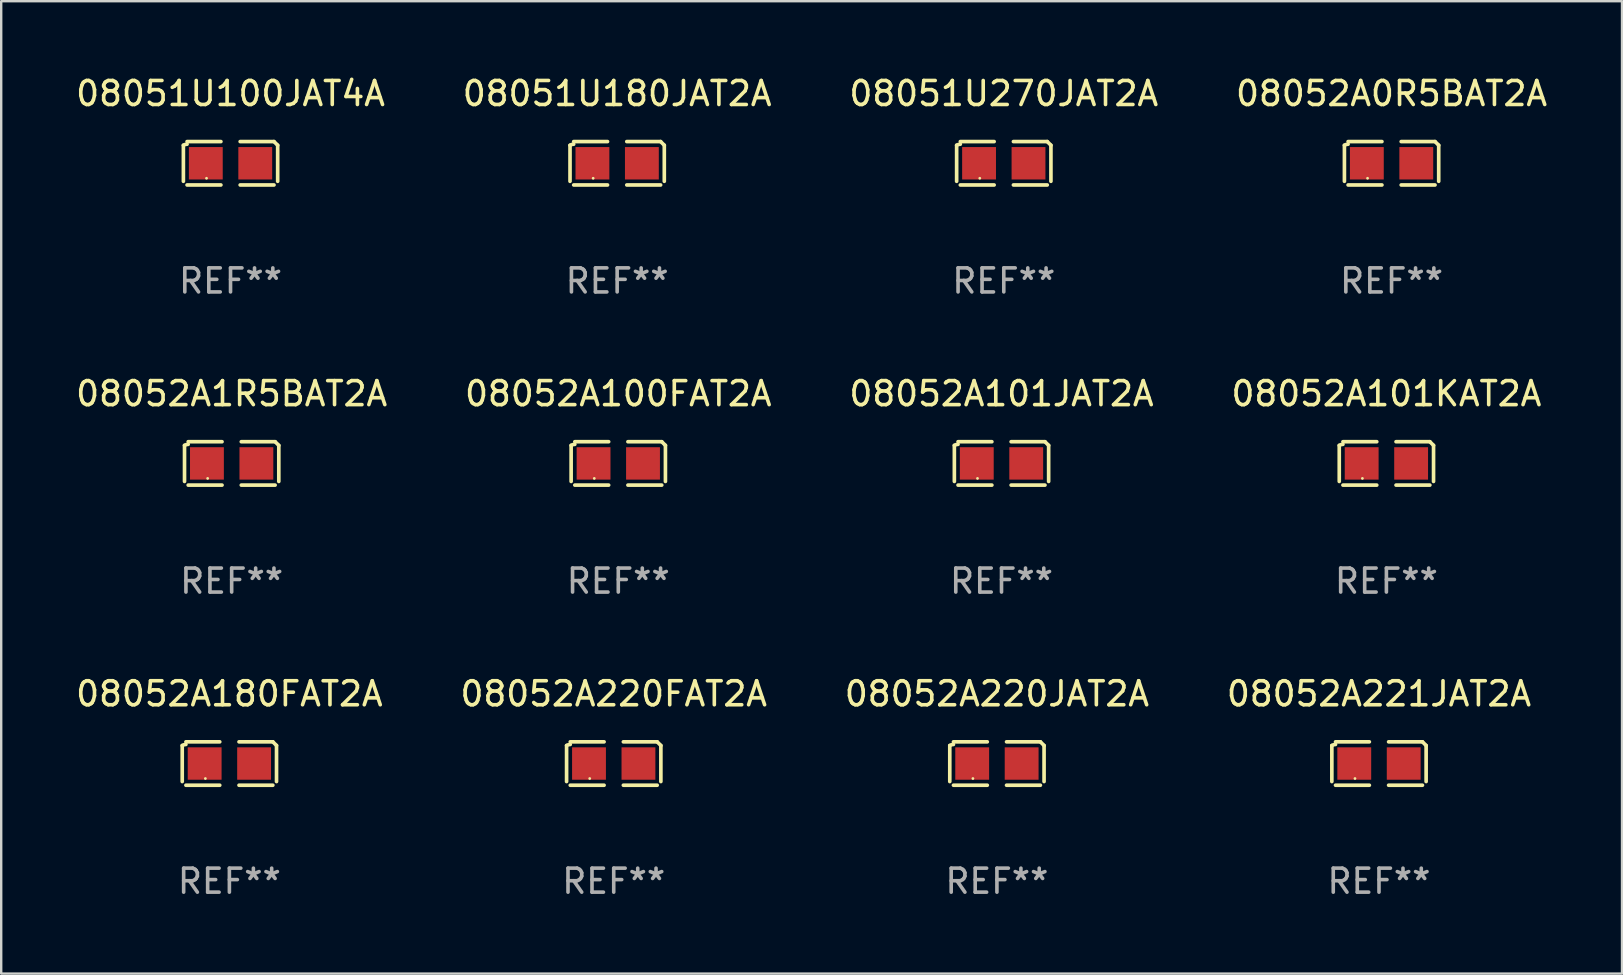
<source format=kicad_pcb>
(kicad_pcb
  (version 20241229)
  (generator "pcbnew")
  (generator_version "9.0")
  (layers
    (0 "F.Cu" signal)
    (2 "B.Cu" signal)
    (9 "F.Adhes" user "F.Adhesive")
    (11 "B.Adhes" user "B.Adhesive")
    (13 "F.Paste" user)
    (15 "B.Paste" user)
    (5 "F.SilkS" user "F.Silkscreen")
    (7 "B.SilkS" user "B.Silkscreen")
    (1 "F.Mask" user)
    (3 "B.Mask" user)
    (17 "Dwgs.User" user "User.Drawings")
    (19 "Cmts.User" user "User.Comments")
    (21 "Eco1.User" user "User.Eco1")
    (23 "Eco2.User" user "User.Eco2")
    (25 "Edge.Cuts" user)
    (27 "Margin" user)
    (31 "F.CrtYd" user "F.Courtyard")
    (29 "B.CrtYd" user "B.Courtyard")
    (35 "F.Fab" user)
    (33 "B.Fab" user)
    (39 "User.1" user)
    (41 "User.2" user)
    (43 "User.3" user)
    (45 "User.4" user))
  (footprint "08052A220FAT2A"
    (layer "F.Cu")
    (at 22.518 28.759)
    (property "Reference" "08052A220FAT2A" (at 0 -2.904 0) (layer "F.SilkS") (effects (font (size 1 1) (thickness 0.15))))
    (attr through_hole)
    (fp_line (start -1.964 0.751) (end -1.964 -0.751) (stroke (width 0.152) (type solid)) (layer "F.SilkS"))
    (fp_line (start -1.811 -0.904) (end -0.401 -0.904) (stroke (width 0.152) (type solid)) (layer "F.SilkS"))
    (fp_line (start -0.401 0.904) (end -1.811 0.904) (stroke (width 0.152) (type solid)) (layer "F.SilkS"))
    (fp_line (start 0.401 0.904) (end 1.811 0.904) (stroke (width 0.152) (type solid)) (layer "F.SilkS"))
    (fp_line (start 1.811 -0.904) (end 0.401 -0.904) (stroke (width 0.152) (type solid)) (layer "F.SilkS"))
    (fp_line (start 1.964 0.751) (end 1.964 -0.751) (stroke (width 0.152) (type solid)) (layer "F.SilkS"))
    (fp_arc (start -1.963602 -0.751207) (mid -1.890354 -0.783131) (end -1.811201 -0.794044) (stroke (width 0.1524) (type solid)) (layer "F.SilkS"))
    (fp_arc (start 1.811202 -0.903607) (mid 1.887413 -0.827418) (end 1.963602 -0.751207) (stroke (width 0.1524) (type solid)) (layer "F.SilkS"))
    (fp_circle (center -1 0.625) (end -0.97 0.625) (stroke (width 0.06) (type solid)) (fill no) (layer "F.SilkS"))
    (fp_text user "REF**" (at 0 4.904 0) (layer "F.Fab") (effects (font (size 1 1) (thickness 0.15))))
    (pad "1" smd rect (at -1.03 0) (size 1.41 1.35) (layers "F.Cu" "F.Mask" "F.Paste"))
    (pad "2" smd rect (at 1.03 0) (size 1.41 1.35) (layers "F.Cu" "F.Mask" "F.Paste")))
  (footprint "08052A0R5BAT2A"
    (layer "F.Cu")
    (at 54.923 3.752)
    (property "Reference" "08052A0R5BAT2A" (at 0 -2.904 0) (layer "F.SilkS") (effects (font (size 1 1) (thickness 0.15))))
    (attr through_hole)
    (fp_line (start -1.964 0.751) (end -1.964 -0.751) (stroke (width 0.152) (type solid)) (layer "F.SilkS"))
    (fp_line (start -1.811 -0.904) (end -0.401 -0.904) (stroke (width 0.152) (type solid)) (layer "F.SilkS"))
    (fp_line (start -0.401 0.904) (end -1.811 0.904) (stroke (width 0.152) (type solid)) (layer "F.SilkS"))
    (fp_line (start 0.401 0.904) (end 1.811 0.904) (stroke (width 0.152) (type solid)) (layer "F.SilkS"))
    (fp_line (start 1.811 -0.904) (end 0.401 -0.904) (stroke (width 0.152) (type solid)) (layer "F.SilkS"))
    (fp_line (start 1.964 0.751) (end 1.964 -0.751) (stroke (width 0.152) (type solid)) (layer "F.SilkS"))
    (fp_arc (start -1.963602 -0.751207) (mid -1.890354 -0.783131) (end -1.811201 -0.794044) (stroke (width 0.1524) (type solid)) (layer "F.SilkS"))
    (fp_arc (start 1.811202 -0.903607) (mid 1.887413 -0.827418) (end 1.963602 -0.751207) (stroke (width 0.1524) (type solid)) (layer "F.SilkS"))
    (fp_circle (center -1 0.625) (end -0.97 0.625) (stroke (width 0.06) (type solid)) (fill no) (layer "F.SilkS"))
    (fp_text user "REF**" (at 0 4.904 0) (layer "F.Fab") (effects (font (size 1 1) (thickness 0.15))))
    (pad "1" smd rect (at -1.03 0) (size 1.41 1.35) (layers "F.Cu" "F.Mask" "F.Paste"))
    (pad "2" smd rect (at 1.03 0) (size 1.41 1.35) (layers "F.Cu" "F.Mask" "F.Paste")))
  (footprint "08052A100FAT2A"
    (layer "F.Cu")
    (at 22.708 16.256)
    (property "Reference" "08052A100FAT2A" (at 0 -2.904 0) (layer "F.SilkS") (effects (font (size 1 1) (thickness 0.15))))
    (attr through_hole)
    (fp_line (start -1.964 0.751) (end -1.964 -0.751) (stroke (width 0.152) (type solid)) (layer "F.SilkS"))
    (fp_line (start -1.811 -0.904) (end -0.401 -0.904) (stroke (width 0.152) (type solid)) (layer "F.SilkS"))
    (fp_line (start -0.401 0.904) (end -1.811 0.904) (stroke (width 0.152) (type solid)) (layer "F.SilkS"))
    (fp_line (start 0.401 0.904) (end 1.811 0.904) (stroke (width 0.152) (type solid)) (layer "F.SilkS"))
    (fp_line (start 1.811 -0.904) (end 0.401 -0.904) (stroke (width 0.152) (type solid)) (layer "F.SilkS"))
    (fp_line (start 1.964 0.751) (end 1.964 -0.751) (stroke (width 0.152) (type solid)) (layer "F.SilkS"))
    (fp_arc (start -1.963602 -0.751207) (mid -1.890354 -0.783131) (end -1.811201 -0.794044) (stroke (width 0.1524) (type solid)) (layer "F.SilkS"))
    (fp_arc (start 1.811202 -0.903607) (mid 1.887413 -0.827418) (end 1.963602 -0.751207) (stroke (width 0.1524) (type solid)) (layer "F.SilkS"))
    (fp_circle (center -1 0.625) (end -0.97 0.625) (stroke (width 0.06) (type solid)) (fill no) (layer "F.SilkS"))
    (fp_text user "REF**" (at 0 4.904 0) (layer "F.Fab") (effects (font (size 1 1) (thickness 0.15))))
    (pad "1" smd rect (at -1.03 0) (size 1.41 1.35) (layers "F.Cu" "F.Mask" "F.Paste"))
    (pad "2" smd rect (at 1.03 0) (size 1.41 1.35) (layers "F.Cu" "F.Mask" "F.Paste")))
  (footprint "08052A180FAT2A"
    (layer "F.Cu")
    (at 6.506 28.759)
    (property "Reference" "08052A180FAT2A" (at 0 -2.904 0) (layer "F.SilkS") (effects (font (size 1 1) (thickness 0.15))))
    (attr through_hole)
    (fp_line (start -1.964 0.751) (end -1.964 -0.751) (stroke (width 0.152) (type solid)) (layer "F.SilkS"))
    (fp_line (start -1.811 -0.904) (end -0.401 -0.904) (stroke (width 0.152) (type solid)) (layer "F.SilkS"))
    (fp_line (start -0.401 0.904) (end -1.811 0.904) (stroke (width 0.152) (type solid)) (layer "F.SilkS"))
    (fp_line (start 0.401 0.904) (end 1.811 0.904) (stroke (width 0.152) (type solid)) (layer "F.SilkS"))
    (fp_line (start 1.811 -0.904) (end 0.401 -0.904) (stroke (width 0.152) (type solid)) (layer "F.SilkS"))
    (fp_line (start 1.964 0.751) (end 1.964 -0.751) (stroke (width 0.152) (type solid)) (layer "F.SilkS"))
    (fp_arc (start -1.963602 -0.751207) (mid -1.890354 -0.783131) (end -1.811201 -0.794044) (stroke (width 0.1524) (type solid)) (layer "F.SilkS"))
    (fp_arc (start 1.811202 -0.903607) (mid 1.887413 -0.827418) (end 1.963602 -0.751207) (stroke (width 0.1524) (type solid)) (layer "F.SilkS"))
    (fp_circle (center -1 0.625) (end -0.97 0.625) (stroke (width 0.06) (type solid)) (fill no) (layer "F.SilkS"))
    (fp_text user "REF**" (at 0 4.904 0) (layer "F.Fab") (effects (font (size 1 1) (thickness 0.15))))
    (pad "1" smd rect (at -1.03 0) (size 1.41 1.35) (layers "F.Cu" "F.Mask" "F.Paste"))
    (pad "2" smd rect (at 1.03 0) (size 1.41 1.35) (layers "F.Cu" "F.Mask" "F.Paste")))
  (footprint "08052A101JAT2A"
    (layer "F.Cu")
    (at 38.673 16.256)
    (property "Reference" "08052A101JAT2A" (at 0 -2.904 0) (layer "F.SilkS") (effects (font (size 1 1) (thickness 0.15))))
    (attr through_hole)
    (fp_line (start -1.964 0.751) (end -1.964 -0.751) (stroke (width 0.152) (type solid)) (layer "F.SilkS"))
    (fp_line (start -1.811 -0.904) (end -0.401 -0.904) (stroke (width 0.152) (type solid)) (layer "F.SilkS"))
    (fp_line (start -0.401 0.904) (end -1.811 0.904) (stroke (width 0.152) (type solid)) (layer "F.SilkS"))
    (fp_line (start 0.401 0.904) (end 1.811 0.904) (stroke (width 0.152) (type solid)) (layer "F.SilkS"))
    (fp_line (start 1.811 -0.904) (end 0.401 -0.904) (stroke (width 0.152) (type solid)) (layer "F.SilkS"))
    (fp_line (start 1.964 0.751) (end 1.964 -0.751) (stroke (width 0.152) (type solid)) (layer "F.SilkS"))
    (fp_arc (start -1.963602 -0.751207) (mid -1.890354 -0.783131) (end -1.811201 -0.794044) (stroke (width 0.1524) (type solid)) (layer "F.SilkS"))
    (fp_arc (start 1.811202 -0.903607) (mid 1.887413 -0.827418) (end 1.963602 -0.751207) (stroke (width 0.1524) (type solid)) (layer "F.SilkS"))
    (fp_circle (center -1 0.625) (end -0.97 0.625) (stroke (width 0.06) (type solid)) (fill no) (layer "F.SilkS"))
    (fp_text user "REF**" (at 0 4.904 0) (layer "F.Fab") (effects (font (size 1 1) (thickness 0.15))))
    (pad "1" smd rect (at -1.03 0) (size 1.41 1.35) (layers "F.Cu" "F.Mask" "F.Paste"))
    (pad "2" smd rect (at 1.03 0) (size 1.41 1.35) (layers "F.Cu" "F.Mask" "F.Paste")))
  (footprint "08052A1R5BAT2A"
    (layer "F.Cu")
    (at 6.601 16.256)
    (property "Reference" "08052A1R5BAT2A" (at 0 -2.904 0) (layer "F.SilkS") (effects (font (size 1 1) (thickness 0.15))))
    (attr through_hole)
    (fp_line (start -1.964 0.751) (end -1.964 -0.751) (stroke (width 0.152) (type solid)) (layer "F.SilkS"))
    (fp_line (start -1.811 -0.904) (end -0.401 -0.904) (stroke (width 0.152) (type solid)) (layer "F.SilkS"))
    (fp_line (start -0.401 0.904) (end -1.811 0.904) (stroke (width 0.152) (type solid)) (layer "F.SilkS"))
    (fp_line (start 0.401 0.904) (end 1.811 0.904) (stroke (width 0.152) (type solid)) (layer "F.SilkS"))
    (fp_line (start 1.811 -0.904) (end 0.401 -0.904) (stroke (width 0.152) (type solid)) (layer "F.SilkS"))
    (fp_line (start 1.964 0.751) (end 1.964 -0.751) (stroke (width 0.152) (type solid)) (layer "F.SilkS"))
    (fp_arc (start -1.963602 -0.751207) (mid -1.890354 -0.783131) (end -1.811201 -0.794044) (stroke (width 0.1524) (type solid)) (layer "F.SilkS"))
    (fp_arc (start 1.811202 -0.903607) (mid 1.887413 -0.827418) (end 1.963602 -0.751207) (stroke (width 0.1524) (type solid)) (layer "F.SilkS"))
    (fp_circle (center -1 0.625) (end -0.97 0.625) (stroke (width 0.06) (type solid)) (fill no) (layer "F.SilkS"))
    (fp_text user "REF**" (at 0 4.904 0) (layer "F.Fab") (effects (font (size 1 1) (thickness 0.15))))
    (pad "1" smd rect (at -1.03 0) (size 1.41 1.35) (layers "F.Cu" "F.Mask" "F.Paste"))
    (pad "2" smd rect (at 1.03 0) (size 1.41 1.35) (layers "F.Cu" "F.Mask" "F.Paste")))
  (footprint "08052A221JAT2A"
    (layer "F.Cu")
    (at 54.399 28.759)
    (property "Reference" "08052A221JAT2A" (at 0 -2.904 0) (layer "F.SilkS") (effects (font (size 1 1) (thickness 0.15))))
    (attr through_hole)
    (fp_line (start -1.964 0.751) (end -1.964 -0.751) (stroke (width 0.152) (type solid)) (layer "F.SilkS"))
    (fp_line (start -1.811 -0.904) (end -0.401 -0.904) (stroke (width 0.152) (type solid)) (layer "F.SilkS"))
    (fp_line (start -0.401 0.904) (end -1.811 0.904) (stroke (width 0.152) (type solid)) (layer "F.SilkS"))
    (fp_line (start 0.401 0.904) (end 1.811 0.904) (stroke (width 0.152) (type solid)) (layer "F.SilkS"))
    (fp_line (start 1.811 -0.904) (end 0.401 -0.904) (stroke (width 0.152) (type solid)) (layer "F.SilkS"))
    (fp_line (start 1.964 0.751) (end 1.964 -0.751) (stroke (width 0.152) (type solid)) (layer "F.SilkS"))
    (fp_arc (start -1.963602 -0.751207) (mid -1.890354 -0.783131) (end -1.811201 -0.794044) (stroke (width 0.1524) (type solid)) (layer "F.SilkS"))
    (fp_arc (start 1.811202 -0.903607) (mid 1.887413 -0.827418) (end 1.963602 -0.751207) (stroke (width 0.1524) (type solid)) (layer "F.SilkS"))
    (fp_circle (center -1 0.625) (end -0.97 0.625) (stroke (width 0.06) (type solid)) (fill no) (layer "F.SilkS"))
    (fp_text user "REF**" (at 0 4.904 0) (layer "F.Fab") (effects (font (size 1 1) (thickness 0.15))))
    (pad "1" smd rect (at -1.03 0) (size 1.41 1.35) (layers "F.Cu" "F.Mask" "F.Paste"))
    (pad "2" smd rect (at 1.03 0) (size 1.41 1.35) (layers "F.Cu" "F.Mask" "F.Paste")))
  (footprint "08051U270JAT2A"
    (layer "F.Cu")
    (at 38.768 3.752)
    (property "Reference" "08051U270JAT2A" (at 0 -2.904 0) (layer "F.SilkS") (effects (font (size 1 1) (thickness 0.15))))
    (attr through_hole)
    (fp_line (start -1.964 0.751) (end -1.964 -0.751) (stroke (width 0.152) (type solid)) (layer "F.SilkS"))
    (fp_line (start -1.811 -0.904) (end -0.401 -0.904) (stroke (width 0.152) (type solid)) (layer "F.SilkS"))
    (fp_line (start -0.401 0.904) (end -1.811 0.904) (stroke (width 0.152) (type solid)) (layer "F.SilkS"))
    (fp_line (start 0.401 0.904) (end 1.811 0.904) (stroke (width 0.152) (type solid)) (layer "F.SilkS"))
    (fp_line (start 1.811 -0.904) (end 0.401 -0.904) (stroke (width 0.152) (type solid)) (layer "F.SilkS"))
    (fp_line (start 1.964 0.751) (end 1.964 -0.751) (stroke (width 0.152) (type solid)) (layer "F.SilkS"))
    (fp_arc (start -1.963602 -0.751207) (mid -1.890354 -0.783131) (end -1.811201 -0.794044) (stroke (width 0.1524) (type solid)) (layer "F.SilkS"))
    (fp_arc (start 1.811202 -0.903607) (mid 1.887413 -0.827418) (end 1.963602 -0.751207) (stroke (width 0.1524) (type solid)) (layer "F.SilkS"))
    (fp_circle (center -1 0.625) (end -0.97 0.625) (stroke (width 0.06) (type solid)) (fill no) (layer "F.SilkS"))
    (fp_text user "REF**" (at 0 4.904 0) (layer "F.Fab") (effects (font (size 1 1) (thickness 0.15))))
    (pad "1" smd rect (at -1.03 0) (size 1.41 1.35) (layers "F.Cu" "F.Mask" "F.Paste"))
    (pad "2" smd rect (at 1.03 0) (size 1.41 1.35) (layers "F.Cu" "F.Mask" "F.Paste")))
  (footprint "08052A220JAT2A"
    (layer "F.Cu")
    (at 38.482 28.759)
    (property "Reference" "08052A220JAT2A" (at 0 -2.904 0) (layer "F.SilkS") (effects (font (size 1 1) (thickness 0.15))))
    (attr through_hole)
    (fp_line (start -1.964 0.751) (end -1.964 -0.751) (stroke (width 0.152) (type solid)) (layer "F.SilkS"))
    (fp_line (start -1.811 -0.904) (end -0.401 -0.904) (stroke (width 0.152) (type solid)) (layer "F.SilkS"))
    (fp_line (start -0.401 0.904) (end -1.811 0.904) (stroke (width 0.152) (type solid)) (layer "F.SilkS"))
    (fp_line (start 0.401 0.904) (end 1.811 0.904) (stroke (width 0.152) (type solid)) (layer "F.SilkS"))
    (fp_line (start 1.811 -0.904) (end 0.401 -0.904) (stroke (width 0.152) (type solid)) (layer "F.SilkS"))
    (fp_line (start 1.964 0.751) (end 1.964 -0.751) (stroke (width 0.152) (type solid)) (layer "F.SilkS"))
    (fp_arc (start -1.963602 -0.751207) (mid -1.890354 -0.783131) (end -1.811201 -0.794044) (stroke (width 0.1524) (type solid)) (layer "F.SilkS"))
    (fp_arc (start 1.811202 -0.903607) (mid 1.887413 -0.827418) (end 1.963602 -0.751207) (stroke (width 0.1524) (type solid)) (layer "F.SilkS"))
    (fp_circle (center -1 0.625) (end -0.97 0.625) (stroke (width 0.06) (type solid)) (fill no) (layer "F.SilkS"))
    (fp_text user "REF**" (at 0 4.904 0) (layer "F.Fab") (effects (font (size 1 1) (thickness 0.15))))
    (pad "1" smd rect (at -1.03 0) (size 1.41 1.35) (layers "F.Cu" "F.Mask" "F.Paste"))
    (pad "2" smd rect (at 1.03 0) (size 1.41 1.35) (layers "F.Cu" "F.Mask" "F.Paste")))
  (footprint "08052A101KAT2A"
    (layer "F.Cu")
    (at 54.708 16.256)
    (property "Reference" "08052A101KAT2A" (at 0 -2.904 0) (layer "F.SilkS") (effects (font (size 1 1) (thickness 0.15))))
    (attr through_hole)
    (fp_line (start -1.964 0.751) (end -1.964 -0.751) (stroke (width 0.152) (type solid)) (layer "F.SilkS"))
    (fp_line (start -1.811 -0.904) (end -0.401 -0.904) (stroke (width 0.152) (type solid)) (layer "F.SilkS"))
    (fp_line (start -0.401 0.904) (end -1.811 0.904) (stroke (width 0.152) (type solid)) (layer "F.SilkS"))
    (fp_line (start 0.401 0.904) (end 1.811 0.904) (stroke (width 0.152) (type solid)) (layer "F.SilkS"))
    (fp_line (start 1.811 -0.904) (end 0.401 -0.904) (stroke (width 0.152) (type solid)) (layer "F.SilkS"))
    (fp_line (start 1.964 0.751) (end 1.964 -0.751) (stroke (width 0.152) (type solid)) (layer "F.SilkS"))
    (fp_arc (start -1.963602 -0.751207) (mid -1.890354 -0.783131) (end -1.811201 -0.794044) (stroke (width 0.1524) (type solid)) (layer "F.SilkS"))
    (fp_arc (start 1.811202 -0.903607) (mid 1.887413 -0.827418) (end 1.963602 -0.751207) (stroke (width 0.1524) (type solid)) (layer "F.SilkS"))
    (fp_circle (center -1 0.625) (end -0.97 0.625) (stroke (width 0.06) (type solid)) (fill no) (layer "F.SilkS"))
    (fp_text user "REF**" (at 0 4.904 0) (layer "F.Fab") (effects (font (size 1 1) (thickness 0.15))))
    (pad "1" smd rect (at -1.03 0) (size 1.41 1.35) (layers "F.Cu" "F.Mask" "F.Paste"))
    (pad "2" smd rect (at 1.03 0) (size 1.41 1.35) (layers "F.Cu" "F.Mask" "F.Paste")))
  (footprint "08051U100JAT4A"
    (layer "F.Cu")
    (at 6.554 3.752)
    (property "Reference" "08051U100JAT4A" (at 0 -2.904 0) (layer "F.SilkS") (effects (font (size 1 1) (thickness 0.15))))
    (attr through_hole)
    (fp_line (start -1.964 0.751) (end -1.964 -0.751) (stroke (width 0.152) (type solid)) (layer "F.SilkS"))
    (fp_line (start -1.811 -0.904) (end -0.401 -0.904) (stroke (width 0.152) (type solid)) (layer "F.SilkS"))
    (fp_line (start -0.401 0.904) (end -1.811 0.904) (stroke (width 0.152) (type solid)) (layer "F.SilkS"))
    (fp_line (start 0.401 0.904) (end 1.811 0.904) (stroke (width 0.152) (type solid)) (layer "F.SilkS"))
    (fp_line (start 1.811 -0.904) (end 0.401 -0.904) (stroke (width 0.152) (type solid)) (layer "F.SilkS"))
    (fp_line (start 1.964 0.751) (end 1.964 -0.751) (stroke (width 0.152) (type solid)) (layer "F.SilkS"))
    (fp_arc (start -1.963602 -0.751207) (mid -1.890354 -0.783131) (end -1.811201 -0.794044) (stroke (width 0.1524) (type solid)) (layer "F.SilkS"))
    (fp_arc (start 1.811202 -0.903607) (mid 1.887413 -0.827418) (end 1.963602 -0.751207) (stroke (width 0.1524) (type solid)) (layer "F.SilkS"))
    (fp_circle (center -1 0.625) (end -0.97 0.625) (stroke (width 0.06) (type solid)) (fill no) (layer "F.SilkS"))
    (fp_text user "REF**" (at 0 4.904 0) (layer "F.Fab") (effects (font (size 1 1) (thickness 0.15))))
    (pad "1" smd rect (at -1.03 0) (size 1.41 1.35) (layers "F.Cu" "F.Mask" "F.Paste"))
    (pad "2" smd rect (at 1.03 0) (size 1.41 1.35) (layers "F.Cu" "F.Mask" "F.Paste")))
  (footprint "08051U180JAT2A"
    (layer "F.Cu")
    (at 22.661 3.752)
    (property "Reference" "08051U180JAT2A" (at 0 -2.904 0) (layer "F.SilkS") (effects (font (size 1 1) (thickness 0.15))))
    (attr through_hole)
    (fp_line (start -1.964 0.751) (end -1.964 -0.751) (stroke (width 0.152) (type solid)) (layer "F.SilkS"))
    (fp_line (start -1.811 -0.904) (end -0.401 -0.904) (stroke (width 0.152) (type solid)) (layer "F.SilkS"))
    (fp_line (start -0.401 0.904) (end -1.811 0.904) (stroke (width 0.152) (type solid)) (layer "F.SilkS"))
    (fp_line (start 0.401 0.904) (end 1.811 0.904) (stroke (width 0.152) (type solid)) (layer "F.SilkS"))
    (fp_line (start 1.811 -0.904) (end 0.401 -0.904) (stroke (width 0.152) (type solid)) (layer "F.SilkS"))
    (fp_line (start 1.964 0.751) (end 1.964 -0.751) (stroke (width 0.152) (type solid)) (layer "F.SilkS"))
    (fp_arc (start -1.963602 -0.751207) (mid -1.890354 -0.783131) (end -1.811201 -0.794044) (stroke (width 0.1524) (type solid)) (layer "F.SilkS"))
    (fp_arc (start 1.811202 -0.903607) (mid 1.887413 -0.827418) (end 1.963602 -0.751207) (stroke (width 0.1524) (type solid)) (layer "F.SilkS"))
    (fp_circle (center -1 0.625) (end -0.97 0.625) (stroke (width 0.06) (type solid)) (fill no) (layer "F.SilkS"))
    (fp_text user "REF**" (at 0 4.904 0) (layer "F.Fab") (effects (font (size 1 1) (thickness 0.15))))
    (pad "1" smd rect (at -1.03 0) (size 1.41 1.35) (layers "F.Cu" "F.Mask" "F.Paste"))
    (pad "2" smd rect (at 1.03 0) (size 1.41 1.35) (layers "F.Cu" "F.Mask" "F.Paste")))
  (gr_rect
    (start -3 -3)
    (end 64.524 37.511)
    (stroke (width 0.1) (type default))
    (fill no)
    (layer "Edge.Cuts")))
</source>
